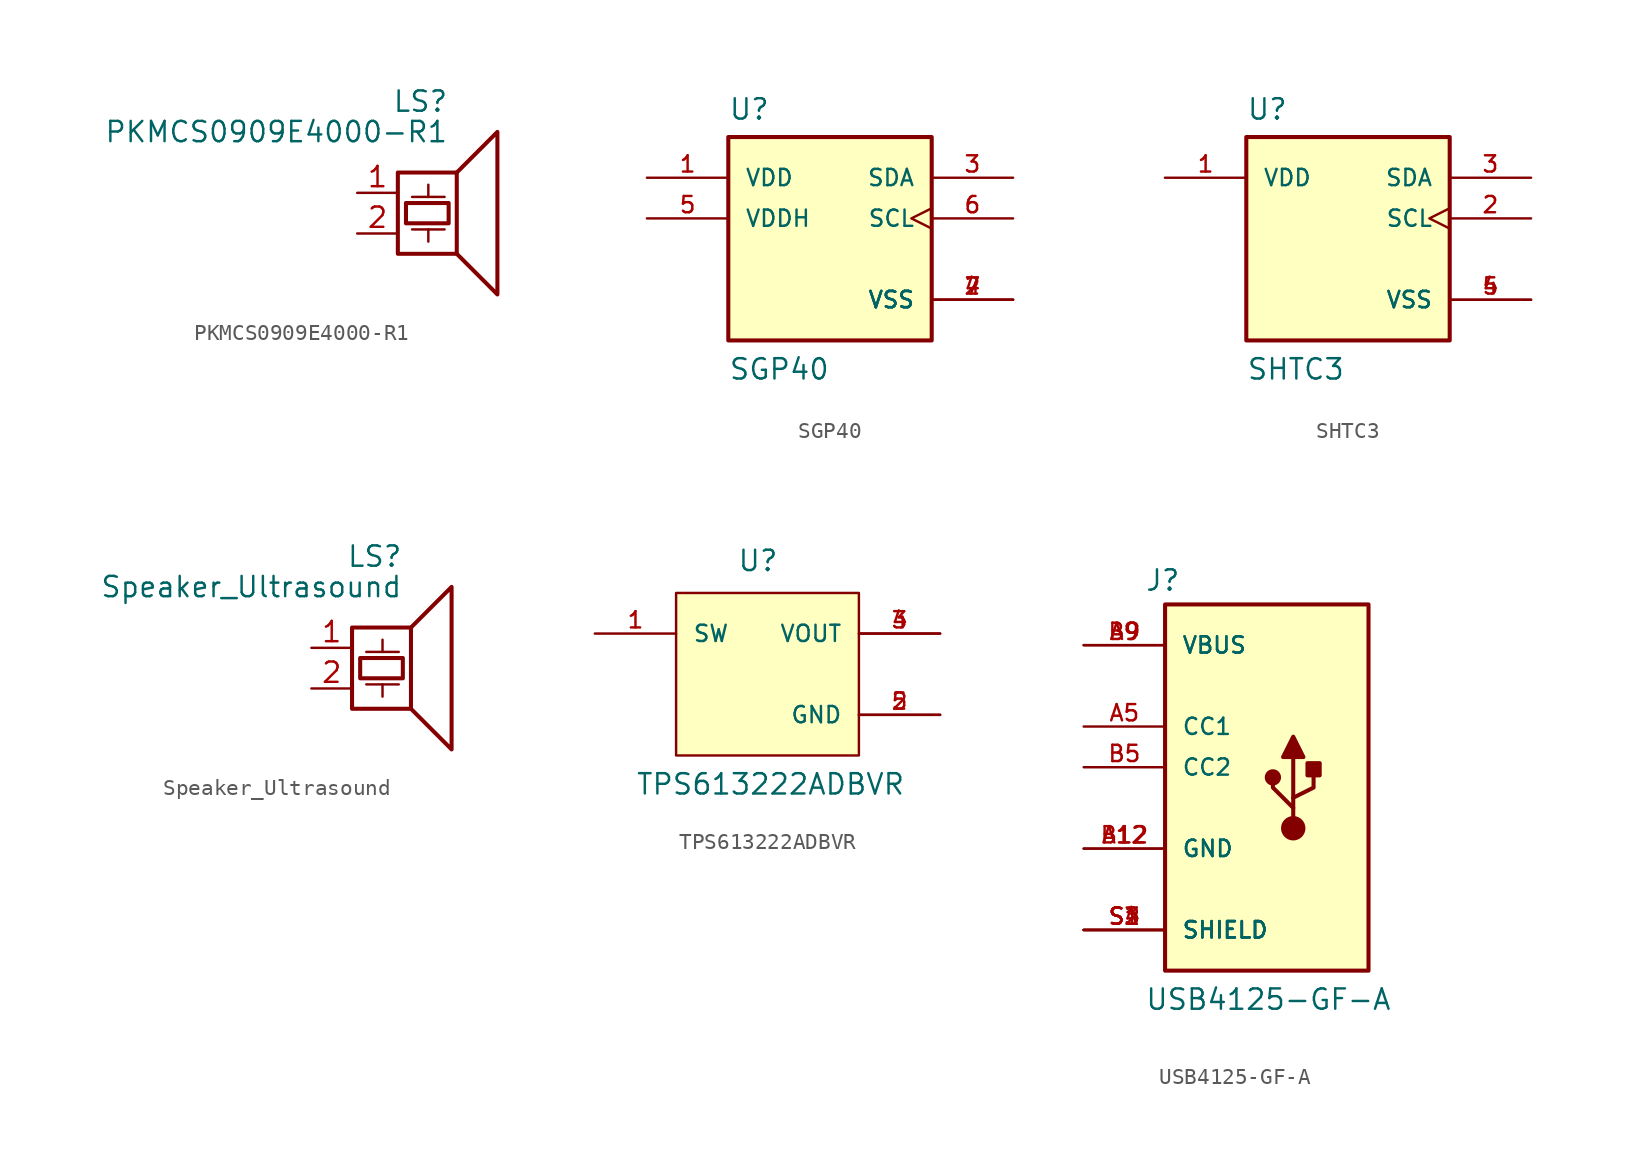
<source format=kicad_sym>
(kicad_symbol_lib
  (version 20211014)
  (generator kicad_symbol_editor)
  (symbol "PKMCS0909E4000-R1"
    (pin_names
      (offset 0) hide)
    (property "Reference" "LS"
      (at 0.635 5.715 0)
      (effects (font (size 1.27 1.27)) (justify right)))
    (property "Value" "PKMCS0909E4000-R1"
      (at 0.635 3.81 0)
      (effects (font (size 1.27 1.27)) (justify right)))
    (symbol "PKMCS0909E4000-R1_0_0"
      (rectangle (start -2.54 1.27) (end 1.143 -3.81) (stroke (width 0.254) (type default) (color 0 0 0 0)) (fill (type none)))
      (rectangle (start -2.032 -0.635) (end 0.635 -1.905) (stroke (width 0.254) (type default) (color 0 0 0 0)) (fill (type none)))
      (polyline (pts (xy -1.651 -2.286) (xy 0.381 -2.286)) (stroke (width 0) (type default) (color 0 0 0 0)) (fill (type none)))
      (polyline (pts (xy -1.651 -0.254) (xy 0.381 -0.254)) (stroke (width 0) (type default) (color 0 0 0 0)) (fill (type none)))
      (polyline (pts (xy -0.635 -2.286) (xy -0.635 -3.048)) (stroke (width 0) (type default) (color 0 0 0 0)) (fill (type none)))
      (polyline (pts (xy -0.635 -0.254) (xy -0.635 0.508)) (stroke (width 0) (type default) (color 0 0 0 0)) (fill (type none)))
      (polyline (pts (xy 1.143 1.27) (xy 3.683 3.81) (xy 3.683 -6.35) (xy 1.143 -3.81)) (stroke (width 0.254) (type default) (color 0 0 0 0)) (fill (type none))))
    (symbol "PKMCS0909E4000-R1_1_1"
      (pin input line (at -5.08 0 0) (length 2.54) (name "1" (effects (font (size 1.27 1.27)))) (number "1" (effects (font (size 1.27 1.27)))))
      (pin input line (at -5.08 -2.54 0) (length 2.54) (name "2" (effects (font (size 1.27 1.27)))) (number "2" (effects (font (size 1.27 1.27)))))))
  (symbol "SGP40"
    (pin_names
      (offset 1.016))
    (property "Reference" "U"
      (at -6.35 8.611 0)
      (effects (font (size 1.27 1.27)) (justify left bottom)))
    (property "Value" "SGP40"
      (at -6.35 -7.62 0)
      (effects (font (size 1.27 1.27)) (justify left bottom)))
    (symbol "SGP40_0_0"
      (rectangle (start -6.35 -5.08) (end 6.35 7.62) (stroke (width 0.254) (type default) (color 0 0 0 0)) (fill (type background)))
      (pin power_in line (at -11.43 5.08 0) (length 5.08) (name "VDD" (effects (font (size 1.016 1.016)))) (number "1" (effects (font (size 1.016 1.016)))))
      (pin power_in line (at 11.43 -2.54 180) (length 5.08) (name "VSS" (effects (font (size 1.016 1.016)))) (number "2" (effects (font (size 1.016 1.016)))))
      (pin bidirectional line (at 11.43 5.08 180) (length 5.08) (name "SDA" (effects (font (size 1.016 1.016)))) (number "3" (effects (font (size 1.016 1.016)))))
      (pin input clock (at 11.43 2.54 180) (length 5.08) (name "SCL" (effects (font (size 1.016 1.016)))) (number "6" (effects (font (size 1.016 1.016))))))
    (symbol "SGP40_1_1"
      (pin power_in line (at 11.43 -2.54 180) (length 5.08) (name "VSS" (effects (font (size 1.016 1.016)))) (number "4" (effects (font (size 1.016 1.016)))))
      (pin power_in line (at -11.43 2.54 0) (length 5.08) (name "VDDH" (effects (font (size 1.016 1.016)))) (number "5" (effects (font (size 1.016 1.016)))))
      (pin power_in line (at 11.43 -2.54 180) (length 5.08) (name "VSS" (effects (font (size 1.016 1.016)))) (number "7" (effects (font (size 1.016 1.016)))))))
  (symbol "SHTC3"
    (pin_names
      (offset 1.016))
    (property "Reference" "U"
      (at -6.35 8.611 0)
      (effects (font (size 1.27 1.27)) (justify left bottom)))
    (property "Value" "SHTC3"
      (at -6.35 -7.62 0)
      (effects (font (size 1.27 1.27)) (justify left bottom)))
    (symbol "SHTC3_0_0"
      (rectangle (start -6.35 -5.08) (end 6.35 7.62) (stroke (width 0.254) (type default) (color 0 0 0 0)) (fill (type background)))
      (pin power_in line (at -11.43 5.08 0) (length 5.08) (name "VDD" (effects (font (size 1.016 1.016)))) (number "1" (effects (font (size 1.016 1.016)))))
      (pin input clock (at 11.43 2.54 180) (length 5.08) (name "SCL" (effects (font (size 1.016 1.016)))) (number "2" (effects (font (size 1.016 1.016)))))
      (pin bidirectional line (at 11.43 5.08 180) (length 5.08) (name "SDA" (effects (font (size 1.016 1.016)))) (number "3" (effects (font (size 1.016 1.016)))))
      (pin power_in line (at 11.43 -2.54 180) (length 5.08) (name "VSS" (effects (font (size 1.016 1.016)))) (number "4" (effects (font (size 1.016 1.016))))))
    (symbol "SHTC3_1_1"
      (pin power_in line (at 11.43 -2.54 180) (length 5.08) (name "VSS" (effects (font (size 1.016 1.016)))) (number "5" (effects (font (size 1.016 1.016)))))))
  (symbol "Speaker_Ultrasound"
    (pin_names
      (offset 0) hide)
    (property "Reference" "LS"
      (at 0.635 5.715 0)
      (effects (font (size 1.27 1.27)) (justify right)))
    (property "Value" "Speaker_Ultrasound"
      (at 0.635 3.81 0)
      (effects (font (size 1.27 1.27)) (justify right)))
    (symbol "Speaker_Ultrasound_0_0"
      (rectangle (start -2.54 1.27) (end 1.143 -3.81) (stroke (width 0.254) (type default) (color 0 0 0 0)) (fill (type none)))
      (rectangle (start -2.032 -0.635) (end 0.635 -1.905) (stroke (width 0.254) (type default) (color 0 0 0 0)) (fill (type none)))
      (polyline (pts (xy -1.651 -2.286) (xy 0.381 -2.286)) (stroke (width 0) (type default) (color 0 0 0 0)) (fill (type none)))
      (polyline (pts (xy -1.651 -0.254) (xy 0.381 -0.254)) (stroke (width 0) (type default) (color 0 0 0 0)) (fill (type none)))
      (polyline (pts (xy -0.635 -2.286) (xy -0.635 -3.048)) (stroke (width 0) (type default) (color 0 0 0 0)) (fill (type none)))
      (polyline (pts (xy -0.635 -0.254) (xy -0.635 0.508)) (stroke (width 0) (type default) (color 0 0 0 0)) (fill (type none)))
      (polyline (pts (xy 1.143 1.27) (xy 3.683 3.81) (xy 3.683 -6.35) (xy 1.143 -3.81)) (stroke (width 0.254) (type default) (color 0 0 0 0)) (fill (type none))))
    (symbol "Speaker_Ultrasound_1_1"
      (pin input line (at -5.08 0 0) (length 2.54) (name "1" (effects (font (size 1.27 1.27)))) (number "1" (effects (font (size 1.27 1.27)))))
      (pin input line (at -5.08 -2.54 0) (length 2.54) (name "2" (effects (font (size 1.27 1.27)))) (number "2" (effects (font (size 1.27 1.27)))))))
  (symbol "TPS613222ADBVR"
    (pin_names
      (offset 1.016))
    (property "Reference" "U"
      (at -2.54 6.35 0)
      (effects (font (size 1.27 1.27)) (justify left bottom)))
    (property "Value" "TPS613222ADBVR"
      (at -8.89 -7.62 0)
      (effects (font (size 1.27 1.27)) (justify left bottom)))
    (symbol "TPS613222ADBVR_0_0"
      (rectangle (start -6.35 -5.08) (end 5.08 5.08) (stroke (width 0.152) (type default) (color 0 0 0 0)) (fill (type background)))
      (pin input line (at -11.43 2.54 0) (length 5.08) (name "SW" (effects (font (size 1.016 1.016)))) (number "1" (effects (font (size 1.016 1.016)))))
      (pin power_in line (at 10.16 -2.54 180) (length 5.08) (name "GND" (effects (font (size 1.016 1.016)))) (number "2" (effects (font (size 1.016 1.016)))))
      (pin power_out line (at 10.16 2.54 180) (length 5.08) (name "VOUT" (effects (font (size 1.016 1.016)))) (number "4" (effects (font (size 1.016 1.016))))))
    (symbol "TPS613222ADBVR_1_1"
      (pin unspecified line (at 10.16 2.54 180) (length 5.08) (name "~" (effects (font (size 1.016 1.016)))) (number "3" (effects (font (size 1.016 1.016)))))
      (pin unspecified line (at 10.16 -2.54 180) (length 5.08) (name "~" (effects (font (size 1.016 1.016)))) (number "5" (effects (font (size 1.016 1.016)))))))
  (symbol "USB4125-GF-A"
    (pin_names
      (offset 1.016))
    (property "Reference" "J"
      (at -7.62 10.922 0)
      (effects (font (size 1.27 1.27)) (justify left bottom)))
    (property "Value" "USB4125-GF-A"
      (at -7.62 -15.24 0)
      (effects (font (size 1.27 1.27)) (justify left bottom)))
    (symbol "USB4125-GF-A_0_0"
      (rectangle (start -6.35 -12.7) (end 6.35 10.16) (stroke (width 0.254) (type default) (color 0 0 0 0)) (fill (type background)))
      (pin power_in line (at -11.43 -5.08 0) (length 5.08) (name "GND" (effects (font (size 1.016 1.016)))) (number "A12" (effects (font (size 1.016 1.016)))))
      (pin bidirectional line (at -11.43 2.54 0) (length 5.08) (name "CC1" (effects (font (size 1.016 1.016)))) (number "A5" (effects (font (size 1.016 1.016)))))
      (pin power_in line (at -11.43 7.62 0) (length 5.08) (name "VBUS" (effects (font (size 1.016 1.016)))) (number "A9" (effects (font (size 1.016 1.016)))))
      (pin power_in line (at -11.43 -5.08 0) (length 5.08) (name "GND" (effects (font (size 1.016 1.016)))) (number "B12" (effects (font (size 1.016 1.016)))))
      (pin bidirectional line (at -11.43 0 0) (length 5.08) (name "CC2" (effects (font (size 1.016 1.016)))) (number "B5" (effects (font (size 1.016 1.016)))))
      (pin power_in line (at -11.43 7.62 0) (length 5.08) (name "VBUS" (effects (font (size 1.016 1.016)))) (number "B9" (effects (font (size 1.016 1.016)))))
      (pin passive line (at -11.43 -10.16 0) (length 5.08) (name "SHIELD" (effects (font (size 1.016 1.016)))) (number "S1" (effects (font (size 1.016 1.016)))))
      (pin passive line (at -11.43 -10.16 0) (length 5.08) (name "SHIELD" (effects (font (size 1.016 1.016)))) (number "S2" (effects (font (size 1.016 1.016)))))
      (pin passive line (at -11.43 -10.16 0) (length 5.08) (name "SHIELD" (effects (font (size 1.016 1.016)))) (number "S3" (effects (font (size 1.016 1.016)))))
      (pin passive line (at -11.43 -10.16 0) (length 5.08) (name "SHIELD" (effects (font (size 1.016 1.016)))) (number "S4" (effects (font (size 1.016 1.016))))))
    (symbol "USB4125-GF-A_1_1"
      (polyline (pts (xy 1.651 -1.905) (xy 1.651 0.635)) (stroke (width 0.254) (type default) (color 0 0 0 0)) (fill (type none)))
      (polyline (pts (xy 1.016 0.635) (xy 2.286 0.635) (xy 1.651 1.905) (xy 1.016 0.635)) (stroke (width 0.254) (type default) (color 0 0 0 0)) (fill (type outline)))
      (polyline (pts (xy 1.651 -3.175) (xy 1.651 -2.54) (xy 0.381 -1.27) (xy 0.381 -0.635)) (stroke (width 0.254) (type default) (color 0 0 0 0)) (fill (type none)))
      (polyline (pts (xy 1.651 -2.54) (xy 1.651 -1.905) (xy 2.921 -1.27) (xy 2.921 0)) (stroke (width 0.254) (type default) (color 0 0 0 0)) (fill (type none)))
      (circle (center 0.381 -0.635) (radius 0.381) (stroke (width 0.254) (type default) (color 0 0 0 0)) (fill (type outline)))
      (circle (center 1.651 -3.81) (radius 0.635) (stroke (width 0.254) (type default) (color 0 0 0 0)) (fill (type outline)))
      (rectangle (start 2.54 0.254) (end 3.302 -0.508) (stroke (width 0.254) (type default) (color 0 0 0 0)) (fill (type outline))))))
</source>
